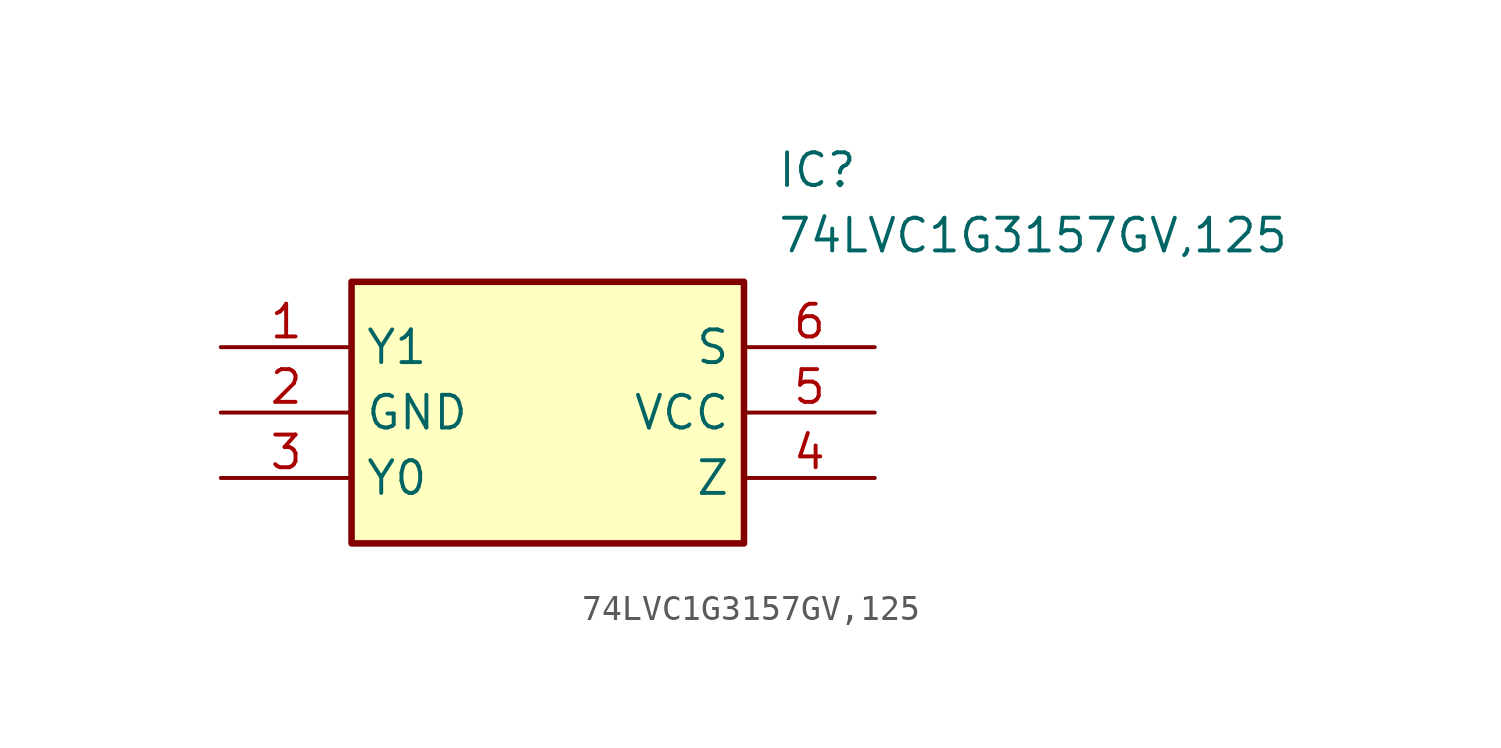
<source format=kicad_sym>
(kicad_symbol_lib
  (version 20211014)
  (generator SamacSys_ECAD_Model)
  (symbol "74LVC1G3157GV,125"
    (property "Reference" "IC"
      (at 21.59 7.62 0)
      (effects (font (size 1.27 1.27)) (justify left top)))
    (property "Value" "74LVC1G3157GV,125"
      (at 21.59 5.08 0)
      (effects (font (size 1.27 1.27)) (justify left top)))
    (rectangle
      (start 5.08 2.54)
      (end 20.32 -7.62)
      (stroke (width 0.254) (type default))
      (fill (type background)))
    (pin passive line
      (at 0 0 0)
      (length 5.08)
      (name "Y1" (effects (font (size 1.27 1.27))))
      (number "1" (effects (font (size 1.27 1.27)))))
    (pin passive line
      (at 0 -2.54 0)
      (length 5.08)
      (name "GND" (effects (font (size 1.27 1.27))))
      (number "2" (effects (font (size 1.27 1.27)))))
    (pin passive line
      (at 0 -5.08 0)
      (length 5.08)
      (name "Y0" (effects (font (size 1.27 1.27))))
      (number "3" (effects (font (size 1.27 1.27)))))
    (pin passive line
      (at 25.4 0 180)
      (length 5.08)
      (name "S" (effects (font (size 1.27 1.27))))
      (number "6" (effects (font (size 1.27 1.27)))))
    (pin passive line
      (at 25.4 -2.54 180)
      (length 5.08)
      (name "VCC" (effects (font (size 1.27 1.27))))
      (number "5" (effects (font (size 1.27 1.27)))))
    (pin passive line
      (at 25.4 -5.08 180)
      (length 5.08)
      (name "Z" (effects (font (size 1.27 1.27))))
      (number "4" (effects (font (size 1.27 1.27)))))))
</source>
